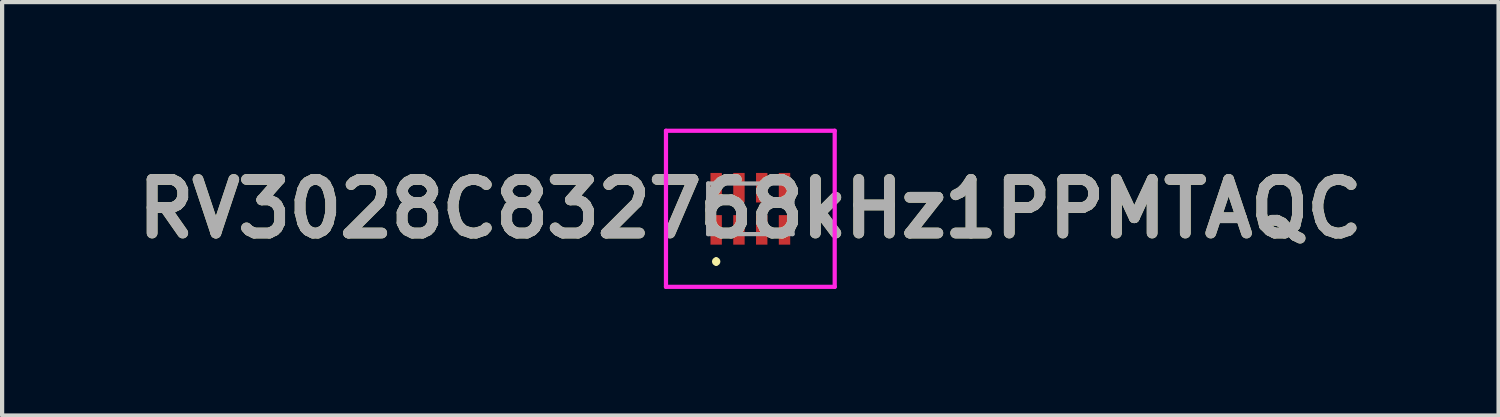
<source format=kicad_pcb>
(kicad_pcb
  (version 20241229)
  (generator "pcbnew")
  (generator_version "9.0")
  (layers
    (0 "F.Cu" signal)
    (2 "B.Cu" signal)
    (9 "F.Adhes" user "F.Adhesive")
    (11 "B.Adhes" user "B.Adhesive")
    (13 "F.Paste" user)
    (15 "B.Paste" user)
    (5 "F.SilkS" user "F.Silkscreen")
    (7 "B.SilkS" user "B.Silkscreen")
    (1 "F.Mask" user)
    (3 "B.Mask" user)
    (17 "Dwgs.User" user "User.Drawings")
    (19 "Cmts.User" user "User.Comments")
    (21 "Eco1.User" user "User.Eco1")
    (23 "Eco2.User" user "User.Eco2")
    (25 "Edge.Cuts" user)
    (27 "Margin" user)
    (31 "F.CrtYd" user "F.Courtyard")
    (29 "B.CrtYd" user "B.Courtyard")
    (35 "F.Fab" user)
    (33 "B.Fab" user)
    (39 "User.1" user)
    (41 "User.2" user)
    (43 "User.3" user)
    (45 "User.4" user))
  (footprint "RV3028C832768kHz1PPMTAQC"
    (layer "F.Cu")
    (at 14.738 1.9)
    (property "Reference" "RV3028C832768kHz1PPMTAQC" (at 0 0 0) (layer "F.SilkS") (effects (font (size 1.27 1.27) (thickness 0.254))))
    (attr smd)
    (fp_line (start -0.81 1.2) (end -0.81 1.2) (stroke (width 0.1) (type solid)) (layer "F.SilkS"))
    (fp_line (start -0.81 1.3) (end -0.81 1.3) (stroke (width 0.1) (type solid)) (layer "F.SilkS"))
    (fp_arc (start -0.81 1.2) (mid -0.76 1.25) (end -0.81 1.3) (stroke (width 0.1) (type solid)) (layer "F.SilkS"))
    (fp_arc (start -0.81 1.3) (mid -0.86 1.25) (end -0.81 1.2) (stroke (width 0.1) (type solid)) (layer "F.SilkS"))
    (fp_line (start -2 -1.85) (end 2 -1.85) (stroke (width 0.1) (type solid)) (layer "F.CrtYd"))
    (fp_line (start -2 1.85) (end -2 -1.85) (stroke (width 0.1) (type solid)) (layer "F.CrtYd"))
    (fp_line (start 2 -1.85) (end 2 1.85) (stroke (width 0.1) (type solid)) (layer "F.CrtYd"))
    (fp_line (start 2 1.85) (end -2 1.85) (stroke (width 0.1) (type solid)) (layer "F.CrtYd"))
    (fp_line (start -1 -0.6) (end -1 0.6) (stroke (width 0.1) (type solid)) (layer "F.Fab"))
    (fp_line (start -1 0.6) (end 1 0.6) (stroke (width 0.1) (type solid)) (layer "F.Fab"))
    (fp_line (start 1 -0.6) (end -1 -0.6) (stroke (width 0.1) (type solid)) (layer "F.Fab"))
    (fp_line (start 1 0.6) (end 1 -0.6) (stroke (width 0.1) (type solid)) (layer "F.Fab"))
    (fp_text user "${REFERENCE}" (at 0 0 0) (layer "F.Fab") (effects (font (size 1.27 1.27) (thickness 0.254))))
    (pad "1" smd rect (at -0.81 0.5) (size 0.27 0.7) (layers "F.Cu" "F.Mask" "F.Paste"))
    (pad "2" smd rect (at -0.27 0.5) (size 0.27 0.7) (layers "F.Cu" "F.Mask" "F.Paste"))
    (pad "3" smd rect (at 0.27 0.5) (size 0.27 0.7) (layers "F.Cu" "F.Mask" "F.Paste"))
    (pad "4" smd rect (at 0.81 0.5) (size 0.27 0.7) (layers "F.Cu" "F.Mask" "F.Paste"))
    (pad "5" smd rect (at 0.81 -0.5) (size 0.27 0.7) (layers "F.Cu" "F.Mask" "F.Paste"))
    (pad "6" smd rect (at 0.27 -0.5) (size 0.27 0.7) (layers "F.Cu" "F.Mask" "F.Paste"))
    (pad "7" smd rect (at -0.27 -0.5) (size 0.27 0.7) (layers "F.Cu" "F.Mask" "F.Paste"))
    (pad "8" smd rect (at -0.81 -0.5) (size 0.27 0.7) (layers "F.Cu" "F.Mask" "F.Paste")))
  (gr_rect
    (start -3 -3)
    (end 32.476 6.8)
    (stroke (width 0.1) (type default))
    (fill no)
    (layer "Edge.Cuts")))
</source>
